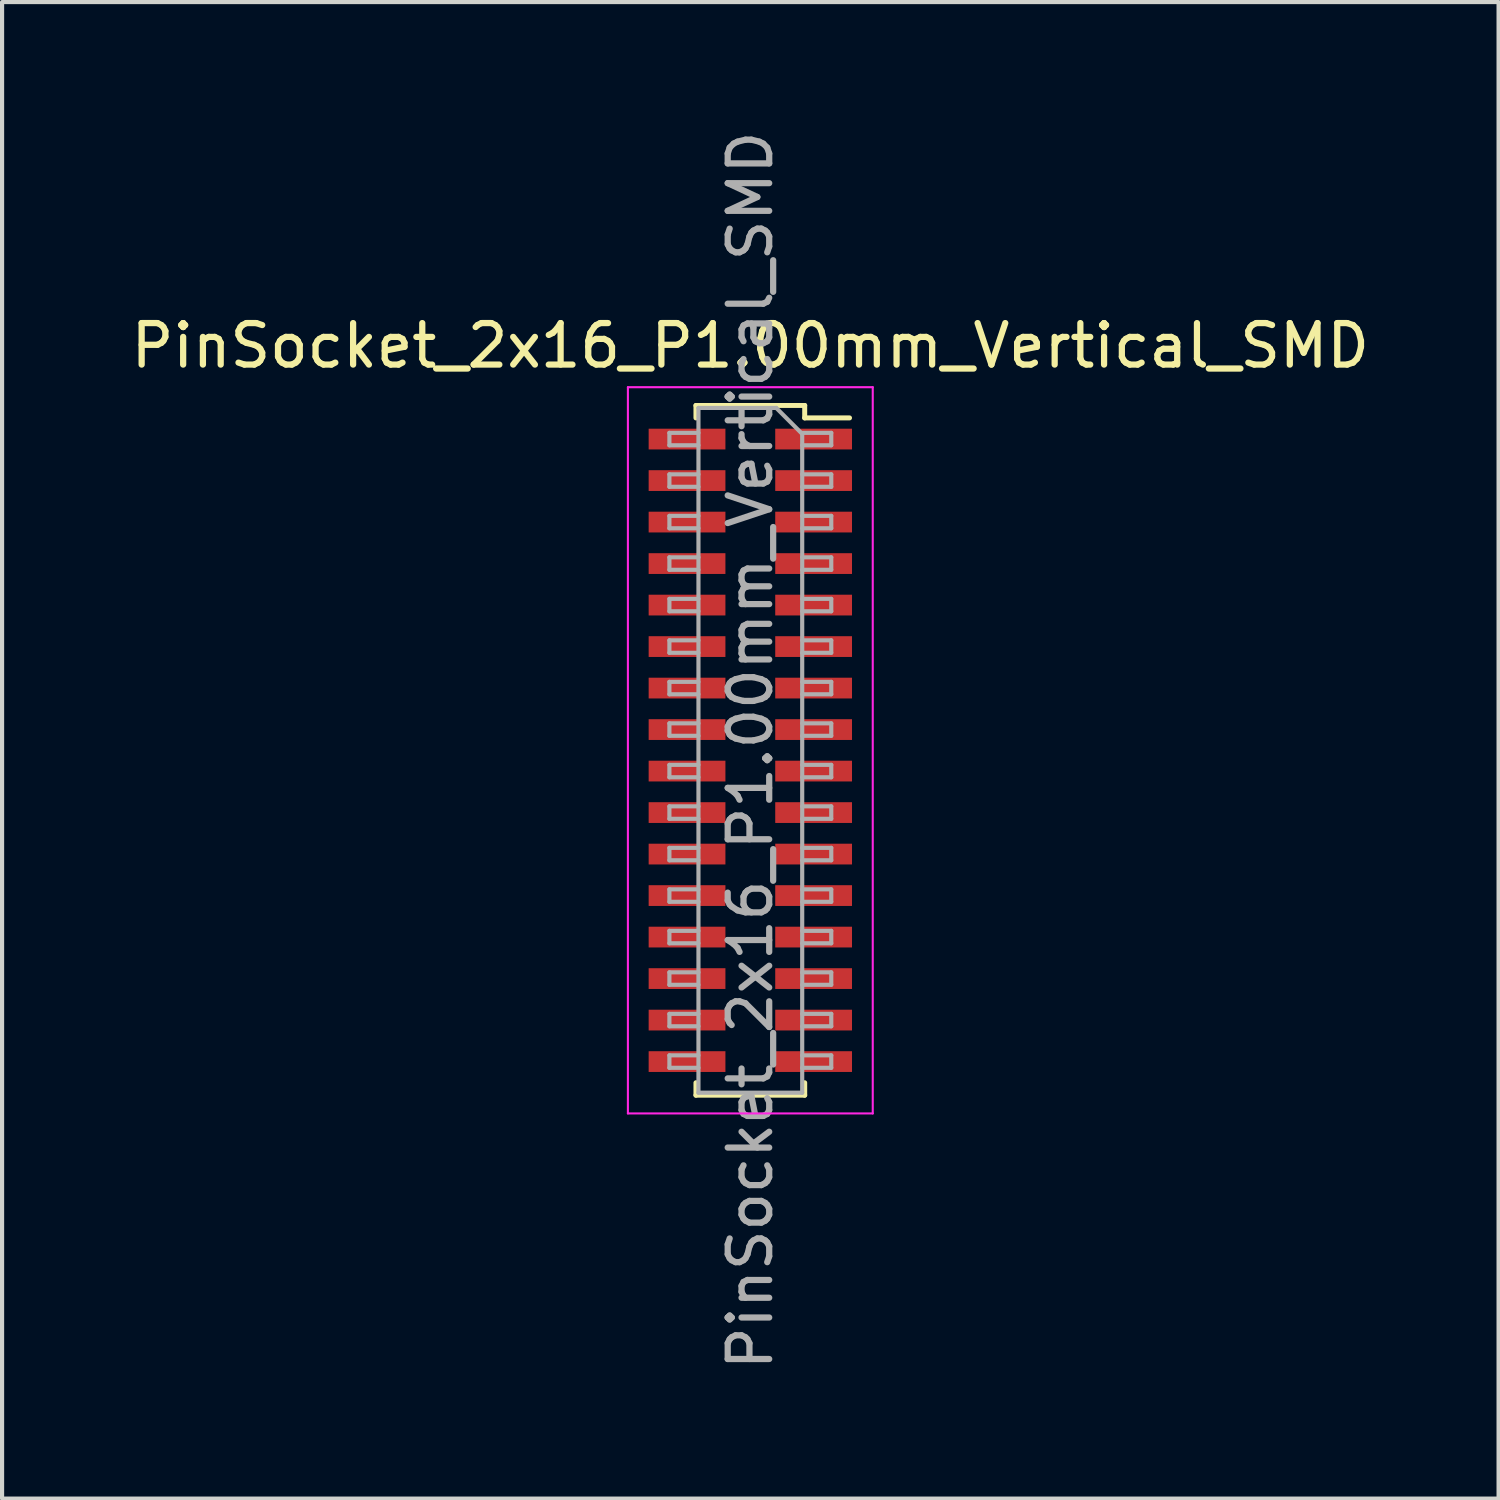
<source format=kicad_pcb>
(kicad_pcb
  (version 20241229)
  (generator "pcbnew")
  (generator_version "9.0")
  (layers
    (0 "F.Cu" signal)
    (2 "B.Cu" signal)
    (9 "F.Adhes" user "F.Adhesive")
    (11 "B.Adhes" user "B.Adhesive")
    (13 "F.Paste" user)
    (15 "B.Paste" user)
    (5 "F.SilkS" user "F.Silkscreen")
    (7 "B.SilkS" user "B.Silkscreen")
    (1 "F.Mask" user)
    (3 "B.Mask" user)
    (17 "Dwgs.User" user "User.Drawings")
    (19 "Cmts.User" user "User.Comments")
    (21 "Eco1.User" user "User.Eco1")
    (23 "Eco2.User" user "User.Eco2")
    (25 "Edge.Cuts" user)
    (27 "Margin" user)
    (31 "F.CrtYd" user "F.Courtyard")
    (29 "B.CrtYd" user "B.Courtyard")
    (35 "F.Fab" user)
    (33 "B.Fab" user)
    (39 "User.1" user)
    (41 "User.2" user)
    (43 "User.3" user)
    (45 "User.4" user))
  (footprint "PinSocket_2x16_P1.00mm_Vertical_SMD"
    (layer "F.Cu")
    (at 15.03 15.03)
    (property "Reference" "PinSocket_2x16_P1.00mm_Vertical_SMD" (at 0 -9.75 0) (layer "F.SilkS") (effects (font (size 1 1) (thickness 0.15))))
    (attr smd)
    (fp_line (start -1.31 -8.31) (end -1.31 -8.01) (stroke (width 0.12) (type solid)) (layer "F.SilkS"))
    (fp_line (start -1.31 -8.31) (end 1.31 -8.31) (stroke (width 0.12) (type solid)) (layer "F.SilkS"))
    (fp_line (start -1.31 8.01) (end -1.31 8.31) (stroke (width 0.12) (type solid)) (layer "F.SilkS"))
    (fp_line (start -1.31 8.31) (end 1.31 8.31) (stroke (width 0.12) (type solid)) (layer "F.SilkS"))
    (fp_line (start 1.31 -8.31) (end 1.31 -8.01) (stroke (width 0.12) (type solid)) (layer "F.SilkS"))
    (fp_line (start 1.31 -8.01) (end 2.39 -8.01) (stroke (width 0.12) (type solid)) (layer "F.SilkS"))
    (fp_line (start 1.31 8.01) (end 1.31 8.31) (stroke (width 0.12) (type solid)) (layer "F.SilkS"))
    (fp_line (start -2.95 -8.75) (end 2.95 -8.75) (stroke (width 0.05) (type solid)) (layer "F.CrtYd"))
    (fp_line (start -2.95 8.75) (end -2.95 -8.75) (stroke (width 0.05) (type solid)) (layer "F.CrtYd"))
    (fp_line (start 2.95 -8.75) (end 2.95 8.75) (stroke (width 0.05) (type solid)) (layer "F.CrtYd"))
    (fp_line (start 2.95 8.75) (end -2.95 8.75) (stroke (width 0.05) (type solid)) (layer "F.CrtYd"))
    (fp_line (start -1.95 -7.65) (end -1.25 -7.65) (stroke (width 0.1) (type solid)) (layer "F.Fab"))
    (fp_line (start -1.95 -7.35) (end -1.95 -7.65) (stroke (width 0.1) (type solid)) (layer "F.Fab"))
    (fp_line (start -1.95 -6.65) (end -1.25 -6.65) (stroke (width 0.1) (type solid)) (layer "F.Fab"))
    (fp_line (start -1.95 -6.35) (end -1.95 -6.65) (stroke (width 0.1) (type solid)) (layer "F.Fab"))
    (fp_line (start -1.95 -5.65) (end -1.25 -5.65) (stroke (width 0.1) (type solid)) (layer "F.Fab"))
    (fp_line (start -1.95 -5.35) (end -1.95 -5.65) (stroke (width 0.1) (type solid)) (layer "F.Fab"))
    (fp_line (start -1.95 -4.65) (end -1.25 -4.65) (stroke (width 0.1) (type solid)) (layer "F.Fab"))
    (fp_line (start -1.95 -4.35) (end -1.95 -4.65) (stroke (width 0.1) (type solid)) (layer "F.Fab"))
    (fp_line (start -1.95 -3.65) (end -1.25 -3.65) (stroke (width 0.1) (type solid)) (layer "F.Fab"))
    (fp_line (start -1.95 -3.35) (end -1.95 -3.65) (stroke (width 0.1) (type solid)) (layer "F.Fab"))
    (fp_line (start -1.95 -2.65) (end -1.25 -2.65) (stroke (width 0.1) (type solid)) (layer "F.Fab"))
    (fp_line (start -1.95 -2.35) (end -1.95 -2.65) (stroke (width 0.1) (type solid)) (layer "F.Fab"))
    (fp_line (start -1.95 -1.65) (end -1.25 -1.65) (stroke (width 0.1) (type solid)) (layer "F.Fab"))
    (fp_line (start -1.95 -1.35) (end -1.95 -1.65) (stroke (width 0.1) (type solid)) (layer "F.Fab"))
    (fp_line (start -1.95 -0.65) (end -1.25 -0.65) (stroke (width 0.1) (type solid)) (layer "F.Fab"))
    (fp_line (start -1.95 -0.35) (end -1.95 -0.65) (stroke (width 0.1) (type solid)) (layer "F.Fab"))
    (fp_line (start -1.95 0.35) (end -1.25 0.35) (stroke (width 0.1) (type solid)) (layer "F.Fab"))
    (fp_line (start -1.95 0.65) (end -1.95 0.35) (stroke (width 0.1) (type solid)) (layer "F.Fab"))
    (fp_line (start -1.95 1.35) (end -1.25 1.35) (stroke (width 0.1) (type solid)) (layer "F.Fab"))
    (fp_line (start -1.95 1.65) (end -1.95 1.35) (stroke (width 0.1) (type solid)) (layer "F.Fab"))
    (fp_line (start -1.95 2.35) (end -1.25 2.35) (stroke (width 0.1) (type solid)) (layer "F.Fab"))
    (fp_line (start -1.95 2.65) (end -1.95 2.35) (stroke (width 0.1) (type solid)) (layer "F.Fab"))
    (fp_line (start -1.95 3.35) (end -1.25 3.35) (stroke (width 0.1) (type solid)) (layer "F.Fab"))
    (fp_line (start -1.95 3.65) (end -1.95 3.35) (stroke (width 0.1) (type solid)) (layer "F.Fab"))
    (fp_line (start -1.95 4.35) (end -1.25 4.35) (stroke (width 0.1) (type solid)) (layer "F.Fab"))
    (fp_line (start -1.95 4.65) (end -1.95 4.35) (stroke (width 0.1) (type solid)) (layer "F.Fab"))
    (fp_line (start -1.95 5.35) (end -1.25 5.35) (stroke (width 0.1) (type solid)) (layer "F.Fab"))
    (fp_line (start -1.95 5.65) (end -1.95 5.35) (stroke (width 0.1) (type solid)) (layer "F.Fab"))
    (fp_line (start -1.95 6.35) (end -1.25 6.35) (stroke (width 0.1) (type solid)) (layer "F.Fab"))
    (fp_line (start -1.95 6.65) (end -1.95 6.35) (stroke (width 0.1) (type solid)) (layer "F.Fab"))
    (fp_line (start -1.95 7.35) (end -1.25 7.35) (stroke (width 0.1) (type solid)) (layer "F.Fab"))
    (fp_line (start -1.95 7.65) (end -1.95 7.35) (stroke (width 0.1) (type solid)) (layer "F.Fab"))
    (fp_line (start -1.25 -8.25) (end 0.625 -8.25) (stroke (width 0.1) (type solid)) (layer "F.Fab"))
    (fp_line (start -1.25 -7.35) (end -1.95 -7.35) (stroke (width 0.1) (type solid)) (layer "F.Fab"))
    (fp_line (start -1.25 -6.35) (end -1.95 -6.35) (stroke (width 0.1) (type solid)) (layer "F.Fab"))
    (fp_line (start -1.25 -5.35) (end -1.95 -5.35) (stroke (width 0.1) (type solid)) (layer "F.Fab"))
    (fp_line (start -1.25 -4.35) (end -1.95 -4.35) (stroke (width 0.1) (type solid)) (layer "F.Fab"))
    (fp_line (start -1.25 -3.35) (end -1.95 -3.35) (stroke (width 0.1) (type solid)) (layer "F.Fab"))
    (fp_line (start -1.25 -2.35) (end -1.95 -2.35) (stroke (width 0.1) (type solid)) (layer "F.Fab"))
    (fp_line (start -1.25 -1.35) (end -1.95 -1.35) (stroke (width 0.1) (type solid)) (layer "F.Fab"))
    (fp_line (start -1.25 -0.35) (end -1.95 -0.35) (stroke (width 0.1) (type solid)) (layer "F.Fab"))
    (fp_line (start -1.25 0.65) (end -1.95 0.65) (stroke (width 0.1) (type solid)) (layer "F.Fab"))
    (fp_line (start -1.25 1.65) (end -1.95 1.65) (stroke (width 0.1) (type solid)) (layer "F.Fab"))
    (fp_line (start -1.25 2.65) (end -1.95 2.65) (stroke (width 0.1) (type solid)) (layer "F.Fab"))
    (fp_line (start -1.25 3.65) (end -1.95 3.65) (stroke (width 0.1) (type solid)) (layer "F.Fab"))
    (fp_line (start -1.25 4.65) (end -1.95 4.65) (stroke (width 0.1) (type solid)) (layer "F.Fab"))
    (fp_line (start -1.25 5.65) (end -1.95 5.65) (stroke (width 0.1) (type solid)) (layer "F.Fab"))
    (fp_line (start -1.25 6.65) (end -1.95 6.65) (stroke (width 0.1) (type solid)) (layer "F.Fab"))
    (fp_line (start -1.25 7.65) (end -1.95 7.65) (stroke (width 0.1) (type solid)) (layer "F.Fab"))
    (fp_line (start -1.25 8.25) (end -1.25 -8.25) (stroke (width 0.1) (type solid)) (layer "F.Fab"))
    (fp_line (start 0.625 -8.25) (end 1.25 -7.625) (stroke (width 0.1) (type solid)) (layer "F.Fab"))
    (fp_line (start 1.25 -7.65) (end 1.95 -7.65) (stroke (width 0.1) (type solid)) (layer "F.Fab"))
    (fp_line (start 1.25 -7.625) (end 1.25 8.25) (stroke (width 0.1) (type solid)) (layer "F.Fab"))
    (fp_line (start 1.25 -6.65) (end 1.95 -6.65) (stroke (width 0.1) (type solid)) (layer "F.Fab"))
    (fp_line (start 1.25 -5.65) (end 1.95 -5.65) (stroke (width 0.1) (type solid)) (layer "F.Fab"))
    (fp_line (start 1.25 -4.65) (end 1.95 -4.65) (stroke (width 0.1) (type solid)) (layer "F.Fab"))
    (fp_line (start 1.25 -3.65) (end 1.95 -3.65) (stroke (width 0.1) (type solid)) (layer "F.Fab"))
    (fp_line (start 1.25 -2.65) (end 1.95 -2.65) (stroke (width 0.1) (type solid)) (layer "F.Fab"))
    (fp_line (start 1.25 -1.65) (end 1.95 -1.65) (stroke (width 0.1) (type solid)) (layer "F.Fab"))
    (fp_line (start 1.25 -0.65) (end 1.95 -0.65) (stroke (width 0.1) (type solid)) (layer "F.Fab"))
    (fp_line (start 1.25 0.35) (end 1.95 0.35) (stroke (width 0.1) (type solid)) (layer "F.Fab"))
    (fp_line (start 1.25 1.35) (end 1.95 1.35) (stroke (width 0.1) (type solid)) (layer "F.Fab"))
    (fp_line (start 1.25 2.35) (end 1.95 2.35) (stroke (width 0.1) (type solid)) (layer "F.Fab"))
    (fp_line (start 1.25 3.35) (end 1.95 3.35) (stroke (width 0.1) (type solid)) (layer "F.Fab"))
    (fp_line (start 1.25 4.35) (end 1.95 4.35) (stroke (width 0.1) (type solid)) (layer "F.Fab"))
    (fp_line (start 1.25 5.35) (end 1.95 5.35) (stroke (width 0.1) (type solid)) (layer "F.Fab"))
    (fp_line (start 1.25 6.35) (end 1.95 6.35) (stroke (width 0.1) (type solid)) (layer "F.Fab"))
    (fp_line (start 1.25 7.35) (end 1.95 7.35) (stroke (width 0.1) (type solid)) (layer "F.Fab"))
    (fp_line (start 1.25 8.25) (end -1.25 8.25) (stroke (width 0.1) (type solid)) (layer "F.Fab"))
    (fp_line (start 1.95 -7.65) (end 1.95 -7.35) (stroke (width 0.1) (type solid)) (layer "F.Fab"))
    (fp_line (start 1.95 -7.35) (end 1.25 -7.35) (stroke (width 0.1) (type solid)) (layer "F.Fab"))
    (fp_line (start 1.95 -6.65) (end 1.95 -6.35) (stroke (width 0.1) (type solid)) (layer "F.Fab"))
    (fp_line (start 1.95 -6.35) (end 1.25 -6.35) (stroke (width 0.1) (type solid)) (layer "F.Fab"))
    (fp_line (start 1.95 -5.65) (end 1.95 -5.35) (stroke (width 0.1) (type solid)) (layer "F.Fab"))
    (fp_line (start 1.95 -5.35) (end 1.25 -5.35) (stroke (width 0.1) (type solid)) (layer "F.Fab"))
    (fp_line (start 1.95 -4.65) (end 1.95 -4.35) (stroke (width 0.1) (type solid)) (layer "F.Fab"))
    (fp_line (start 1.95 -4.35) (end 1.25 -4.35) (stroke (width 0.1) (type solid)) (layer "F.Fab"))
    (fp_line (start 1.95 -3.65) (end 1.95 -3.35) (stroke (width 0.1) (type solid)) (layer "F.Fab"))
    (fp_line (start 1.95 -3.35) (end 1.25 -3.35) (stroke (width 0.1) (type solid)) (layer "F.Fab"))
    (fp_line (start 1.95 -2.65) (end 1.95 -2.35) (stroke (width 0.1) (type solid)) (layer "F.Fab"))
    (fp_line (start 1.95 -2.35) (end 1.25 -2.35) (stroke (width 0.1) (type solid)) (layer "F.Fab"))
    (fp_line (start 1.95 -1.65) (end 1.95 -1.35) (stroke (width 0.1) (type solid)) (layer "F.Fab"))
    (fp_line (start 1.95 -1.35) (end 1.25 -1.35) (stroke (width 0.1) (type solid)) (layer "F.Fab"))
    (fp_line (start 1.95 -0.65) (end 1.95 -0.35) (stroke (width 0.1) (type solid)) (layer "F.Fab"))
    (fp_line (start 1.95 -0.35) (end 1.25 -0.35) (stroke (width 0.1) (type solid)) (layer "F.Fab"))
    (fp_line (start 1.95 0.35) (end 1.95 0.65) (stroke (width 0.1) (type solid)) (layer "F.Fab"))
    (fp_line (start 1.95 0.65) (end 1.25 0.65) (stroke (width 0.1) (type solid)) (layer "F.Fab"))
    (fp_line (start 1.95 1.35) (end 1.95 1.65) (stroke (width 0.1) (type solid)) (layer "F.Fab"))
    (fp_line (start 1.95 1.65) (end 1.25 1.65) (stroke (width 0.1) (type solid)) (layer "F.Fab"))
    (fp_line (start 1.95 2.35) (end 1.95 2.65) (stroke (width 0.1) (type solid)) (layer "F.Fab"))
    (fp_line (start 1.95 2.65) (end 1.25 2.65) (stroke (width 0.1) (type solid)) (layer "F.Fab"))
    (fp_line (start 1.95 3.35) (end 1.95 3.65) (stroke (width 0.1) (type solid)) (layer "F.Fab"))
    (fp_line (start 1.95 3.65) (end 1.25 3.65) (stroke (width 0.1) (type solid)) (layer "F.Fab"))
    (fp_line (start 1.95 4.35) (end 1.95 4.65) (stroke (width 0.1) (type solid)) (layer "F.Fab"))
    (fp_line (start 1.95 4.65) (end 1.25 4.65) (stroke (width 0.1) (type solid)) (layer "F.Fab"))
    (fp_line (start 1.95 5.35) (end 1.95 5.65) (stroke (width 0.1) (type solid)) (layer "F.Fab"))
    (fp_line (start 1.95 5.65) (end 1.25 5.65) (stroke (width 0.1) (type solid)) (layer "F.Fab"))
    (fp_line (start 1.95 6.35) (end 1.95 6.65) (stroke (width 0.1) (type solid)) (layer "F.Fab"))
    (fp_line (start 1.95 6.65) (end 1.25 6.65) (stroke (width 0.1) (type solid)) (layer "F.Fab"))
    (fp_line (start 1.95 7.35) (end 1.95 7.65) (stroke (width 0.1) (type solid)) (layer "F.Fab"))
    (fp_line (start 1.95 7.65) (end 1.25 7.65) (stroke (width 0.1) (type solid)) (layer "F.Fab"))
    (fp_text user "${REFERENCE}" (at 0 0 90) (layer "F.Fab") (effects (font (size 1 1) (thickness 0.15))))
    (pad "1" smd rect (at 1.525 -7.5) (size 1.85 0.5) (layers "F.Cu" "F.Mask" "F.Paste"))
    (pad "2" smd rect (at -1.525 -7.5) (size 1.85 0.5) (layers "F.Cu" "F.Mask" "F.Paste"))
    (pad "3" smd rect (at 1.525 -6.5) (size 1.85 0.5) (layers "F.Cu" "F.Mask" "F.Paste"))
    (pad "4" smd rect (at -1.525 -6.5) (size 1.85 0.5) (layers "F.Cu" "F.Mask" "F.Paste"))
    (pad "5" smd rect (at 1.525 -5.5) (size 1.85 0.5) (layers "F.Cu" "F.Mask" "F.Paste"))
    (pad "6" smd rect (at -1.525 -5.5) (size 1.85 0.5) (layers "F.Cu" "F.Mask" "F.Paste"))
    (pad "7" smd rect (at 1.525 -4.5) (size 1.85 0.5) (layers "F.Cu" "F.Mask" "F.Paste"))
    (pad "8" smd rect (at -1.525 -4.5) (size 1.85 0.5) (layers "F.Cu" "F.Mask" "F.Paste"))
    (pad "9" smd rect (at 1.525 -3.5) (size 1.85 0.5) (layers "F.Cu" "F.Mask" "F.Paste"))
    (pad "10" smd rect (at -1.525 -3.5) (size 1.85 0.5) (layers "F.Cu" "F.Mask" "F.Paste"))
    (pad "11" smd rect (at 1.525 -2.5) (size 1.85 0.5) (layers "F.Cu" "F.Mask" "F.Paste"))
    (pad "12" smd rect (at -1.525 -2.5) (size 1.85 0.5) (layers "F.Cu" "F.Mask" "F.Paste"))
    (pad "13" smd rect (at 1.525 -1.5) (size 1.85 0.5) (layers "F.Cu" "F.Mask" "F.Paste"))
    (pad "14" smd rect (at -1.525 -1.5) (size 1.85 0.5) (layers "F.Cu" "F.Mask" "F.Paste"))
    (pad "15" smd rect (at 1.525 -0.5) (size 1.85 0.5) (layers "F.Cu" "F.Mask" "F.Paste"))
    (pad "16" smd rect (at -1.525 -0.5) (size 1.85 0.5) (layers "F.Cu" "F.Mask" "F.Paste"))
    (pad "17" smd rect (at 1.525 0.5) (size 1.85 0.5) (layers "F.Cu" "F.Mask" "F.Paste"))
    (pad "18" smd rect (at -1.525 0.5) (size 1.85 0.5) (layers "F.Cu" "F.Mask" "F.Paste"))
    (pad "19" smd rect (at 1.525 1.5) (size 1.85 0.5) (layers "F.Cu" "F.Mask" "F.Paste"))
    (pad "20" smd rect (at -1.525 1.5) (size 1.85 0.5) (layers "F.Cu" "F.Mask" "F.Paste"))
    (pad "21" smd rect (at 1.525 2.5) (size 1.85 0.5) (layers "F.Cu" "F.Mask" "F.Paste"))
    (pad "22" smd rect (at -1.525 2.5) (size 1.85 0.5) (layers "F.Cu" "F.Mask" "F.Paste"))
    (pad "23" smd rect (at 1.525 3.5) (size 1.85 0.5) (layers "F.Cu" "F.Mask" "F.Paste"))
    (pad "24" smd rect (at -1.525 3.5) (size 1.85 0.5) (layers "F.Cu" "F.Mask" "F.Paste"))
    (pad "25" smd rect (at 1.525 4.5) (size 1.85 0.5) (layers "F.Cu" "F.Mask" "F.Paste"))
    (pad "26" smd rect (at -1.525 4.5) (size 1.85 0.5) (layers "F.Cu" "F.Mask" "F.Paste"))
    (pad "27" smd rect (at 1.525 5.5) (size 1.85 0.5) (layers "F.Cu" "F.Mask" "F.Paste"))
    (pad "28" smd rect (at -1.525 5.5) (size 1.85 0.5) (layers "F.Cu" "F.Mask" "F.Paste"))
    (pad "29" smd rect (at 1.525 6.5) (size 1.85 0.5) (layers "F.Cu" "F.Mask" "F.Paste"))
    (pad "30" smd rect (at -1.525 6.5) (size 1.85 0.5) (layers "F.Cu" "F.Mask" "F.Paste"))
    (pad "31" smd rect (at 1.525 7.5) (size 1.85 0.5) (layers "F.Cu" "F.Mask" "F.Paste"))
    (pad "32" smd rect (at -1.525 7.5) (size 1.85 0.5) (layers "F.Cu" "F.Mask" "F.Paste")))
  (gr_rect
    (start -3 -3)
    (end 33.06 33.06)
    (stroke (width 0.1) (type default))
    (fill no)
    (layer "Edge.Cuts")))
</source>
